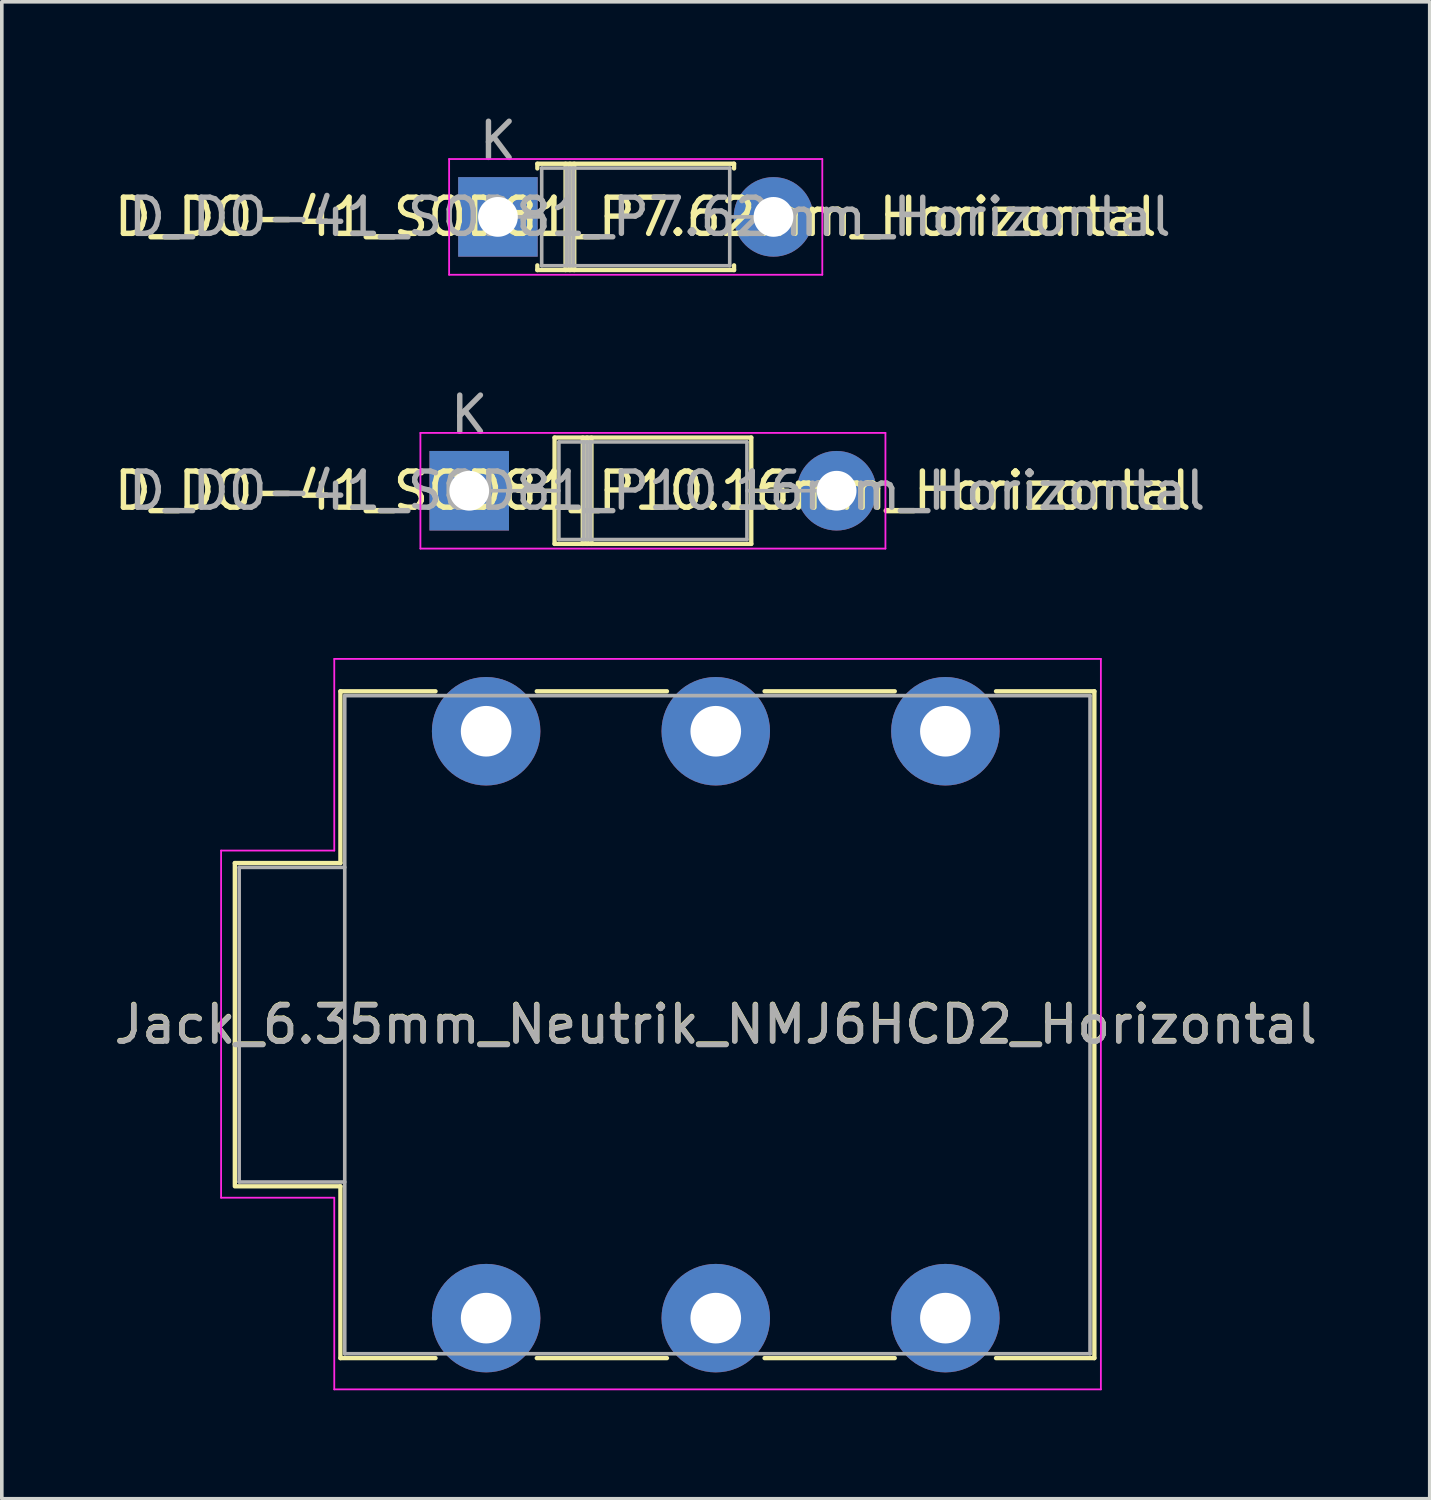
<source format=kicad_pcb>
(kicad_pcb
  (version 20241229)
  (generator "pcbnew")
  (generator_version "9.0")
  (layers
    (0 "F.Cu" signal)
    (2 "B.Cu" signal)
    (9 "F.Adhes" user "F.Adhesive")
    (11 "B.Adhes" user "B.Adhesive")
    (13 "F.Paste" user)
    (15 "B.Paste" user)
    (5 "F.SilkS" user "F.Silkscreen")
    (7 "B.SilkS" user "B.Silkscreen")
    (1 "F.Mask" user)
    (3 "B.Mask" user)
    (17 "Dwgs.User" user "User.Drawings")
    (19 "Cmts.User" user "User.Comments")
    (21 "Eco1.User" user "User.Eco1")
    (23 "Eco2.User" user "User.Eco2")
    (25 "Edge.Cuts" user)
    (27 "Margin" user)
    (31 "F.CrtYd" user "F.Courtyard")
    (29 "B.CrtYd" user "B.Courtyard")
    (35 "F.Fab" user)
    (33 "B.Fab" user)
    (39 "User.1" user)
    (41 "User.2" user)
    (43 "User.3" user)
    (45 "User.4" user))
  (footprint "Jack_6.35mm_Neutrik_NMJ6HCD2_Horizontal"
    (layer "F.Cu")
    (at 10.394 17.172)
    (property "Reference" "Jack_6.35mm_Neutrik_NMJ6HCD2_Horizontal" (at 6.35 8.1 0) (layer "F.SilkS") (effects (font (size 1 1) (thickness 0.15))))
    (attr through_hole)
    (fp_line (start -6.95 3.645) (end -4.03 3.645) (stroke (width 0.12) (type solid)) (layer "F.SilkS"))
    (fp_line (start -6.95 12.545) (end -6.95 3.645) (stroke (width 0.12) (type solid)) (layer "F.SilkS"))
    (fp_line (start -6.95 12.585) (end -4.03 12.585) (stroke (width 0.12) (type solid)) (layer "F.SilkS"))
    (fp_line (start -4.03 -1.105) (end -1.4 -1.105) (stroke (width 0.12) (type solid)) (layer "F.SilkS"))
    (fp_line (start -4.03 3.645) (end -4.03 -1.105) (stroke (width 0.12) (type solid)) (layer "F.SilkS"))
    (fp_line (start -4.03 17.335) (end -4.03 12.585) (stroke (width 0.12) (type solid)) (layer "F.SilkS"))
    (fp_line (start -1.4 17.335) (end -4.03 17.335) (stroke (width 0.12) (type solid)) (layer "F.SilkS"))
    (fp_line (start 1.4 -1.105) (end 5 -1.105) (stroke (width 0.12) (type solid)) (layer "F.SilkS"))
    (fp_line (start 5 17.335) (end 1.4 17.335) (stroke (width 0.12) (type solid)) (layer "F.SilkS"))
    (fp_line (start 7.7 -1.105) (end 11.3 -1.105) (stroke (width 0.12) (type solid)) (layer "F.SilkS"))
    (fp_line (start 11.3 17.335) (end 7.7 17.335) (stroke (width 0.12) (type solid)) (layer "F.SilkS"))
    (fp_line (start 16.82 -1.105) (end 14.1 -1.105) (stroke (width 0.12) (type solid)) (layer "F.SilkS"))
    (fp_line (start 16.82 17.335) (end 14.1 17.335) (stroke (width 0.12) (type solid)) (layer "F.SilkS"))
    (fp_line (start 16.82 17.335) (end 16.82 -1.105) (stroke (width 0.12) (type solid)) (layer "F.SilkS"))
    (fp_line (start -7.33 3.3) (end -4.2 3.3) (stroke (width 0.05) (type solid)) (layer "F.CrtYd"))
    (fp_line (start -7.33 12.9) (end -7.33 3.3) (stroke (width 0.05) (type solid)) (layer "F.CrtYd"))
    (fp_line (start -7.33 12.9) (end -4.2 12.9) (stroke (width 0.05) (type solid)) (layer "F.CrtYd"))
    (fp_line (start -4.2 3.3) (end -4.2 -2) (stroke (width 0.05) (type solid)) (layer "F.CrtYd"))
    (fp_line (start -4.2 12.9) (end -4.2 18.2) (stroke (width 0.05) (type solid)) (layer "F.CrtYd"))
    (fp_line (start -4.2 18.2) (end 17 18.2) (stroke (width 0.05) (type solid)) (layer "F.CrtYd"))
    (fp_line (start 17 -2) (end -4.2 -2) (stroke (width 0.05) (type solid)) (layer "F.CrtYd"))
    (fp_line (start 17 -2) (end 17 18.2) (stroke (width 0.05) (type solid)) (layer "F.CrtYd"))
    (fp_line (start -6.83 3.765) (end -3.91 3.765) (stroke (width 0.1) (type solid)) (layer "F.Fab"))
    (fp_line (start -6.83 12.465) (end -6.83 3.765) (stroke (width 0.1) (type solid)) (layer "F.Fab"))
    (fp_line (start -6.83 12.465) (end -3.91 12.465) (stroke (width 0.1) (type solid)) (layer "F.Fab"))
    (fp_line (start -3.91 17.215) (end -3.91 -0.985) (stroke (width 0.1) (type solid)) (layer "F.Fab"))
    (fp_line (start 16.7 -0.985) (end -3.91 -0.985) (stroke (width 0.1) (type solid)) (layer "F.Fab"))
    (fp_line (start 16.7 17.215) (end -3.91 17.215) (stroke (width 0.1) (type solid)) (layer "F.Fab"))
    (fp_line (start 16.7 17.215) (end 16.7 -0.985) (stroke (width 0.1) (type solid)) (layer "F.Fab"))
    (fp_text user "${REFERENCE}" (at 6.35 8.115 0) (layer "F.Fab") (effects (font (size 1 1) (thickness 0.15))))
    (pad "R" thru_hole circle (at 6.35 0) (size 3 3) (drill 1.4) (layers "*.Cu" "*.Mask"))
    (pad "RN" thru_hole circle (at 6.35 16.23) (size 3 3) (drill 1.4) (layers "*.Cu" "*.Mask"))
    (pad "S" thru_hole circle (at 12.7 0) (size 3 3) (drill 1.4) (layers "*.Cu" "*.Mask"))
    (pad "SN" thru_hole circle (at 12.7 16.23) (size 3 3) (drill 1.4) (layers "*.Cu" "*.Mask"))
    (pad "T" thru_hole circle (at 0 0) (size 3 3) (drill 1.4) (layers "*.Cu" "*.Mask"))
    (pad "TN" thru_hole circle (at 0 16.23) (size 3 3) (drill 1.4) (layers "*.Cu" "*.Mask")))
  (footprint "D_DO-41_SOD81_P7.62mm_Horizontal"
    (layer "F.Cu")
    (at 10.72 2.948)
    (property "Reference" "D_DO-41_SOD81_P7.62mm_Horizontal" (at 3.81 0 180) (layer "F.SilkS") (effects (font (size 1 1) (thickness 0.15))))
    (attr through_hole)
    (fp_line (start 1.09 -1.47) (end 6.53 -1.47) (stroke (width 0.12) (type solid)) (layer "F.SilkS"))
    (fp_line (start 1.09 -1.34) (end 1.09 -1.47) (stroke (width 0.12) (type solid)) (layer "F.SilkS"))
    (fp_line (start 1.09 1.34) (end 1.09 1.47) (stroke (width 0.12) (type solid)) (layer "F.SilkS"))
    (fp_line (start 1.09 1.47) (end 6.53 1.47) (stroke (width 0.12) (type solid)) (layer "F.SilkS"))
    (fp_line (start 1.87 -1.47) (end 1.87 1.47) (stroke (width 0.12) (type solid)) (layer "F.SilkS"))
    (fp_line (start 1.99 -1.47) (end 1.99 1.47) (stroke (width 0.12) (type solid)) (layer "F.SilkS"))
    (fp_line (start 2.11 -1.47) (end 2.11 1.47) (stroke (width 0.12) (type solid)) (layer "F.SilkS"))
    (fp_line (start 6.53 -1.47) (end 6.53 -1.34) (stroke (width 0.12) (type solid)) (layer "F.SilkS"))
    (fp_line (start 6.53 1.47) (end 6.53 1.34) (stroke (width 0.12) (type solid)) (layer "F.SilkS"))
    (fp_line (start -1.35 -1.6) (end -1.35 1.6) (stroke (width 0.05) (type solid)) (layer "F.CrtYd"))
    (fp_line (start -1.35 1.6) (end 8.97 1.6) (stroke (width 0.05) (type solid)) (layer "F.CrtYd"))
    (fp_line (start 8.97 -1.6) (end -1.35 -1.6) (stroke (width 0.05) (type solid)) (layer "F.CrtYd"))
    (fp_line (start 8.97 1.6) (end 8.97 -1.6) (stroke (width 0.05) (type solid)) (layer "F.CrtYd"))
    (fp_line (start 0 0) (end 1.21 0) (stroke (width 0.1) (type solid)) (layer "F.Fab"))
    (fp_line (start 1.21 -1.35) (end 1.21 1.35) (stroke (width 0.1) (type solid)) (layer "F.Fab"))
    (fp_line (start 1.21 1.35) (end 6.41 1.35) (stroke (width 0.1) (type solid)) (layer "F.Fab"))
    (fp_line (start 1.89 -1.35) (end 1.89 1.35) (stroke (width 0.1) (type solid)) (layer "F.Fab"))
    (fp_line (start 1.99 -1.35) (end 1.99 1.35) (stroke (width 0.1) (type solid)) (layer "F.Fab"))
    (fp_line (start 2.09 -1.35) (end 2.09 1.35) (stroke (width 0.1) (type solid)) (layer "F.Fab"))
    (fp_line (start 6.41 -1.35) (end 1.21 -1.35) (stroke (width 0.1) (type solid)) (layer "F.Fab"))
    (fp_line (start 6.41 1.35) (end 6.41 -1.35) (stroke (width 0.1) (type solid)) (layer "F.Fab"))
    (fp_line (start 7.62 0) (end 6.41 0) (stroke (width 0.1) (type solid)) (layer "F.Fab"))
    (fp_text user "K" (at 0 -2.1 180) (layer "F.Fab") (effects (font (size 1 1) (thickness 0.15))))
    (fp_text user "${REFERENCE}" (at 4.2 0 180) (layer "F.Fab") (effects (font (size 1 1) (thickness 0.15))))
    (pad "1" thru_hole rect (at 0 0) (size 2.2 2.2) (drill 1.1) (layers "*.Cu" "*.Mask"))
    (pad "2" thru_hole oval (at 7.62 0) (size 2.2 2.2) (drill 1.1) (layers "*.Cu" "*.Mask")))
  (footprint "D_DO-41_SOD81_P10.16mm_Horizontal"
    (layer "F.Cu")
    (at 9.926 10.521)
    (property "Reference" "D_DO-41_SOD81_P10.16mm_Horizontal" (at 5.08 0 180) (layer "F.SilkS") (effects (font (size 1 1) (thickness 0.15))))
    (attr through_hole)
    (fp_line (start 1.34 0) (end 2.36 0) (stroke (width 0.12) (type solid)) (layer "F.SilkS"))
    (fp_line (start 2.36 -1.47) (end 2.36 1.47) (stroke (width 0.12) (type solid)) (layer "F.SilkS"))
    (fp_line (start 2.36 1.47) (end 7.8 1.47) (stroke (width 0.12) (type solid)) (layer "F.SilkS"))
    (fp_line (start 3.14 -1.47) (end 3.14 1.47) (stroke (width 0.12) (type solid)) (layer "F.SilkS"))
    (fp_line (start 3.26 -1.47) (end 3.26 1.47) (stroke (width 0.12) (type solid)) (layer "F.SilkS"))
    (fp_line (start 3.38 -1.47) (end 3.38 1.47) (stroke (width 0.12) (type solid)) (layer "F.SilkS"))
    (fp_line (start 7.8 -1.47) (end 2.36 -1.47) (stroke (width 0.12) (type solid)) (layer "F.SilkS"))
    (fp_line (start 7.8 1.47) (end 7.8 -1.47) (stroke (width 0.12) (type solid)) (layer "F.SilkS"))
    (fp_line (start 8.82 0) (end 7.8 0) (stroke (width 0.12) (type solid)) (layer "F.SilkS"))
    (fp_line (start -1.35 -1.6) (end -1.35 1.6) (stroke (width 0.05) (type solid)) (layer "F.CrtYd"))
    (fp_line (start -1.35 1.6) (end 11.51 1.6) (stroke (width 0.05) (type solid)) (layer "F.CrtYd"))
    (fp_line (start 11.51 -1.6) (end -1.35 -1.6) (stroke (width 0.05) (type solid)) (layer "F.CrtYd"))
    (fp_line (start 11.51 1.6) (end 11.51 -1.6) (stroke (width 0.05) (type solid)) (layer "F.CrtYd"))
    (fp_line (start 0 0) (end 2.48 0) (stroke (width 0.1) (type solid)) (layer "F.Fab"))
    (fp_line (start 2.48 -1.35) (end 2.48 1.35) (stroke (width 0.1) (type solid)) (layer "F.Fab"))
    (fp_line (start 2.48 1.35) (end 7.68 1.35) (stroke (width 0.1) (type solid)) (layer "F.Fab"))
    (fp_line (start 3.16 -1.35) (end 3.16 1.35) (stroke (width 0.1) (type solid)) (layer "F.Fab"))
    (fp_line (start 3.26 -1.35) (end 3.26 1.35) (stroke (width 0.1) (type solid)) (layer "F.Fab"))
    (fp_line (start 3.36 -1.35) (end 3.36 1.35) (stroke (width 0.1) (type solid)) (layer "F.Fab"))
    (fp_line (start 7.68 -1.35) (end 2.48 -1.35) (stroke (width 0.1) (type solid)) (layer "F.Fab"))
    (fp_line (start 7.68 1.35) (end 7.68 -1.35) (stroke (width 0.1) (type solid)) (layer "F.Fab"))
    (fp_line (start 10.16 0) (end 7.68 0) (stroke (width 0.1) (type solid)) (layer "F.Fab"))
    (fp_text user "K" (at 0 -2.1 180) (layer "F.Fab") (effects (font (size 1 1) (thickness 0.15))))
    (fp_text user "${REFERENCE}" (at 5.47 0 180) (layer "F.Fab") (effects (font (size 1 1) (thickness 0.15))))
    (pad "1" thru_hole rect (at 0 0) (size 2.2 2.2) (drill 1.1) (layers "*.Cu" "*.Mask"))
    (pad "2" thru_hole oval (at 10.16 0) (size 2.2 2.2) (drill 1.1) (layers "*.Cu" "*.Mask")))
  (gr_rect
    (start -3 -3)
    (end 36.488 38.397)
    (stroke (width 0.1) (type default))
    (fill no)
    (layer "Edge.Cuts")))
</source>
